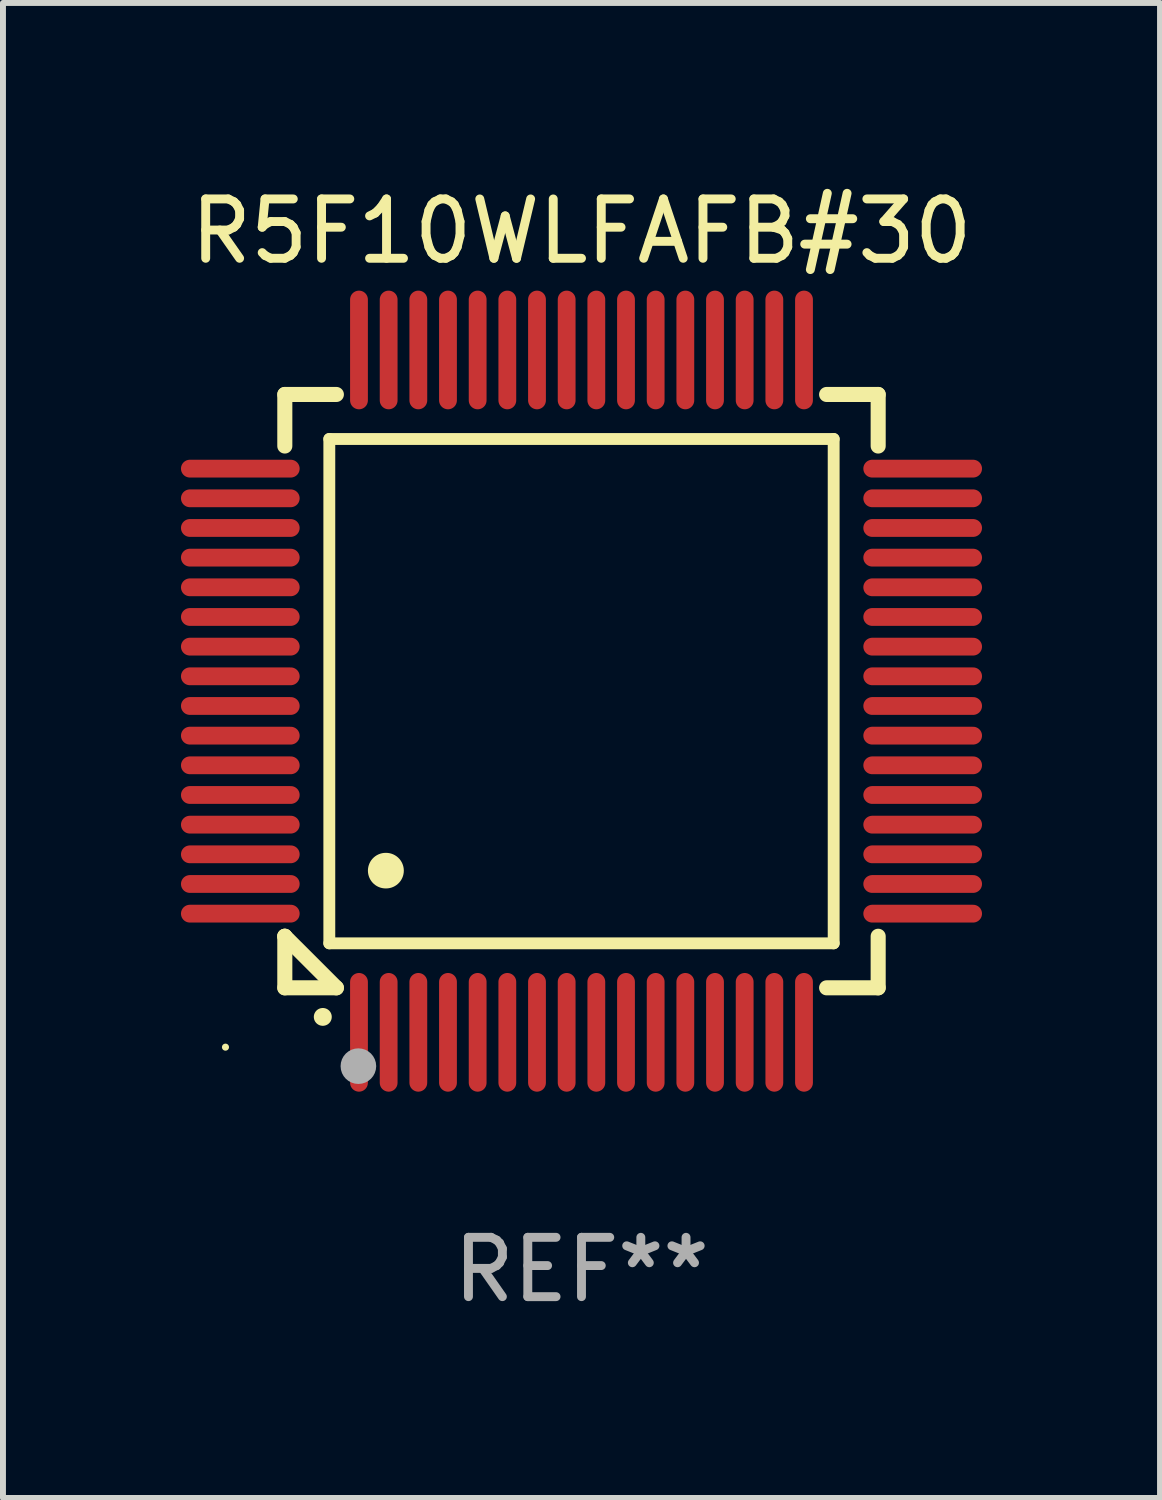
<source format=kicad_pcb>
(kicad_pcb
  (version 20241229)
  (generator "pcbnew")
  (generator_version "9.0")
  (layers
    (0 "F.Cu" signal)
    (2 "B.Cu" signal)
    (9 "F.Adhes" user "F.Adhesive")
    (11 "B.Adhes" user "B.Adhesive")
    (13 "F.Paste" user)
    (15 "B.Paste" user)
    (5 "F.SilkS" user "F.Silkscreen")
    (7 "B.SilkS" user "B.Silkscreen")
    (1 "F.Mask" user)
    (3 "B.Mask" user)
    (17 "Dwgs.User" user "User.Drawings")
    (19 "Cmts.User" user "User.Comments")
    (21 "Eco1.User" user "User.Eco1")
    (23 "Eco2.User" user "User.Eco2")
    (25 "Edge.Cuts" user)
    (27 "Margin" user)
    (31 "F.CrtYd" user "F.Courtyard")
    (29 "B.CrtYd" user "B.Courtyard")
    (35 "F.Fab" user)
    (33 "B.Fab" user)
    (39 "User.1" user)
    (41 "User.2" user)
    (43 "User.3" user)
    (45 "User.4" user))
  (footprint "R5F10WLFAFB#30"
    (layer "F.Cu")
    (at 6.75 8.598)
    (property "Reference" "R5F10WLFAFB#30" (at 0 -7.75 0) (layer "F.SilkS") (effects (font (size 1 1) (thickness 0.15))))
    (attr through_hole)
    (fp_line (start -5 -5) (end -4.131 -5) (stroke (width 0.254) (type solid)) (layer "F.SilkS"))
    (fp_line (start -5 -4.131) (end -5 -5) (stroke (width 0.254) (type solid)) (layer "F.SilkS"))
    (fp_line (start -5 4.131) (end -5 4.131) (stroke (width 0.254) (type solid)) (layer "F.SilkS"))
    (fp_line (start -5 5) (end -5 4.131) (stroke (width 0.254) (type solid)) (layer "F.SilkS"))
    (fp_line (start -5 4.131) (end -4.131 5) (stroke (width 0.254) (type solid)) (layer "F.SilkS"))
    (fp_line (start -4.25 -4.25) (end -4.25 4.25) (stroke (width 0.2) (type solid)) (layer "F.SilkS"))
    (fp_line (start -4.25 4.25) (end 4.25 4.25) (stroke (width 0.2) (type solid)) (layer "F.SilkS"))
    (fp_line (start -4.131 5) (end -5 5) (stroke (width 0.254) (type solid)) (layer "F.SilkS"))
    (fp_line (start 4.25 -4.25) (end -4.25 -4.25) (stroke (width 0.2) (type solid)) (layer "F.SilkS"))
    (fp_line (start 4.25 4.25) (end 4.25 -4.25) (stroke (width 0.2) (type solid)) (layer "F.SilkS"))
    (fp_line (start 5 -5) (end 4.131 -5) (stroke (width 0.254) (type solid)) (layer "F.SilkS"))
    (fp_line (start 5 -5) (end 5 -4.131) (stroke (width 0.254) (type solid)) (layer "F.SilkS"))
    (fp_line (start 5 4.131) (end 5 5) (stroke (width 0.254) (type solid)) (layer "F.SilkS"))
    (fp_line (start 5 5) (end 4.131 5) (stroke (width 0.254) (type solid)) (layer "F.SilkS"))
    (fp_arc (start -4.361265 5.489992) (mid -4.359995 5.489987) (end -4.358725 5.489992) (stroke (width 0.3) (type solid)) (layer "F.SilkS"))
    (fp_arc (start -3.299467 3.025146) (mid -3.296927 3.025135) (end -3.294387 3.025146) (stroke (width 0.6) (type solid)) (layer "F.SilkS"))
    (fp_circle (center -6 6) (end -5.97 6) (stroke (width 0.06) (type solid)) (fill no) (layer "F.SilkS"))
    (fp_circle (center -3.76 6.32) (end -3.61 6.32) (stroke (width 0.3) (type solid)) (fill no) (layer "F.Fab"))
    (fp_text user "REF**" (at 0 9.75 0) (layer "F.Fab") (effects (font (size 1 1) (thickness 0.15))))
    (pad "1" smd oval (at -3.75 5.75) (size 0.3 2) (layers "F.Cu" "F.Mask" "F.Paste"))
    (pad "2" smd oval (at -3.25 5.75) (size 0.3 2) (layers "F.Cu" "F.Mask" "F.Paste"))
    (pad "3" smd oval (at -2.75 5.75) (size 0.3 2) (layers "F.Cu" "F.Mask" "F.Paste"))
    (pad "4" smd oval (at -2.25 5.75) (size 0.3 2) (layers "F.Cu" "F.Mask" "F.Paste"))
    (pad "5" smd oval (at -1.75 5.75) (size 0.3 2) (layers "F.Cu" "F.Mask" "F.Paste"))
    (pad "6" smd oval (at -1.25 5.75) (size 0.3 2) (layers "F.Cu" "F.Mask" "F.Paste"))
    (pad "7" smd oval (at -0.75 5.75) (size 0.3 2) (layers "F.Cu" "F.Mask" "F.Paste"))
    (pad "8" smd oval (at -0.25 5.75) (size 0.3 2) (layers "F.Cu" "F.Mask" "F.Paste"))
    (pad "9" smd oval (at 0.25 5.75) (size 0.3 2) (layers "F.Cu" "F.Mask" "F.Paste"))
    (pad "10" smd oval (at 0.75 5.75) (size 0.3 2) (layers "F.Cu" "F.Mask" "F.Paste"))
    (pad "11" smd oval (at 1.25 5.75) (size 0.3 2) (layers "F.Cu" "F.Mask" "F.Paste"))
    (pad "12" smd oval (at 1.75 5.75) (size 0.3 2) (layers "F.Cu" "F.Mask" "F.Paste"))
    (pad "13" smd oval (at 2.25 5.75) (size 0.3 2) (layers "F.Cu" "F.Mask" "F.Paste"))
    (pad "14" smd oval (at 2.75 5.75) (size 0.3 2) (layers "F.Cu" "F.Mask" "F.Paste"))
    (pad "15" smd oval (at 3.25 5.75) (size 0.3 2) (layers "F.Cu" "F.Mask" "F.Paste"))
    (pad "16" smd oval (at 3.75 5.75) (size 0.3 2) (layers "F.Cu" "F.Mask" "F.Paste"))
    (pad "17" smd oval (at 5.75 3.75) (size 2 0.3) (layers "F.Cu" "F.Mask" "F.Paste"))
    (pad "18" smd oval (at 5.75 3.25) (size 2 0.3) (layers "F.Cu" "F.Mask" "F.Paste"))
    (pad "19" smd oval (at 5.75 2.75) (size 2 0.3) (layers "F.Cu" "F.Mask" "F.Paste"))
    (pad "20" smd oval (at 5.75 2.25) (size 2 0.3) (layers "F.Cu" "F.Mask" "F.Paste"))
    (pad "21" smd oval (at 5.75 1.75) (size 2 0.3) (layers "F.Cu" "F.Mask" "F.Paste"))
    (pad "22" smd oval (at 5.75 1.25) (size 2 0.3) (layers "F.Cu" "F.Mask" "F.Paste"))
    (pad "23" smd oval (at 5.75 0.75) (size 2 0.3) (layers "F.Cu" "F.Mask" "F.Paste"))
    (pad "24" smd oval (at 5.75 0.25) (size 2 0.3) (layers "F.Cu" "F.Mask" "F.Paste"))
    (pad "25" smd oval (at 5.75 -0.25) (size 2 0.3) (layers "F.Cu" "F.Mask" "F.Paste"))
    (pad "26" smd oval (at 5.75 -0.75) (size 2 0.3) (layers "F.Cu" "F.Mask" "F.Paste"))
    (pad "27" smd oval (at 5.75 -1.25) (size 2 0.3) (layers "F.Cu" "F.Mask" "F.Paste"))
    (pad "28" smd oval (at 5.75 -1.75) (size 2 0.3) (layers "F.Cu" "F.Mask" "F.Paste"))
    (pad "29" smd oval (at 5.75 -2.25) (size 2 0.3) (layers "F.Cu" "F.Mask" "F.Paste"))
    (pad "30" smd oval (at 5.75 -2.75) (size 2 0.3) (layers "F.Cu" "F.Mask" "F.Paste"))
    (pad "31" smd oval (at 5.75 -3.25) (size 2 0.3) (layers "F.Cu" "F.Mask" "F.Paste"))
    (pad "32" smd oval (at 5.75 -3.75) (size 2 0.3) (layers "F.Cu" "F.Mask" "F.Paste"))
    (pad "33" smd oval (at 3.75 -5.75) (size 0.3 2) (layers "F.Cu" "F.Mask" "F.Paste"))
    (pad "34" smd oval (at 3.25 -5.75) (size 0.3 2) (layers "F.Cu" "F.Mask" "F.Paste"))
    (pad "35" smd oval (at 2.75 -5.75) (size 0.3 2) (layers "F.Cu" "F.Mask" "F.Paste"))
    (pad "36" smd oval (at 2.25 -5.75) (size 0.3 2) (layers "F.Cu" "F.Mask" "F.Paste"))
    (pad "37" smd oval (at 1.75 -5.75) (size 0.3 2) (layers "F.Cu" "F.Mask" "F.Paste"))
    (pad "38" smd oval (at 1.25 -5.75) (size 0.3 2) (layers "F.Cu" "F.Mask" "F.Paste"))
    (pad "39" smd oval (at 0.75 -5.75) (size 0.3 2) (layers "F.Cu" "F.Mask" "F.Paste"))
    (pad "40" smd oval (at 0.25 -5.75) (size 0.3 2) (layers "F.Cu" "F.Mask" "F.Paste"))
    (pad "41" smd oval (at -0.25 -5.75) (size 0.3 2) (layers "F.Cu" "F.Mask" "F.Paste"))
    (pad "42" smd oval (at -0.75 -5.75) (size 0.3 2) (layers "F.Cu" "F.Mask" "F.Paste"))
    (pad "43" smd oval (at -1.25 -5.75) (size 0.3 2) (layers "F.Cu" "F.Mask" "F.Paste"))
    (pad "44" smd oval (at -1.75 -5.75) (size 0.3 2) (layers "F.Cu" "F.Mask" "F.Paste"))
    (pad "45" smd oval (at -2.25 -5.75) (size 0.3 2) (layers "F.Cu" "F.Mask" "F.Paste"))
    (pad "46" smd oval (at -2.75 -5.75) (size 0.3 2) (layers "F.Cu" "F.Mask" "F.Paste"))
    (pad "47" smd oval (at -3.25 -5.75) (size 0.3 2) (layers "F.Cu" "F.Mask" "F.Paste"))
    (pad "48" smd oval (at -3.75 -5.75) (size 0.3 2) (layers "F.Cu" "F.Mask" "F.Paste"))
    (pad "49" smd oval (at -5.75 -3.75) (size 2 0.3) (layers "F.Cu" "F.Mask" "F.Paste"))
    (pad "50" smd oval (at -5.75 -3.25) (size 2 0.3) (layers "F.Cu" "F.Mask" "F.Paste"))
    (pad "51" smd oval (at -5.75 -2.75) (size 2 0.3) (layers "F.Cu" "F.Mask" "F.Paste"))
    (pad "52" smd oval (at -5.75 -2.25) (size 2 0.3) (layers "F.Cu" "F.Mask" "F.Paste"))
    (pad "53" smd oval (at -5.75 -1.75) (size 2 0.3) (layers "F.Cu" "F.Mask" "F.Paste"))
    (pad "54" smd oval (at -5.75 -1.25) (size 2 0.3) (layers "F.Cu" "F.Mask" "F.Paste"))
    (pad "55" smd oval (at -5.75 -0.75) (size 2 0.3) (layers "F.Cu" "F.Mask" "F.Paste"))
    (pad "56" smd oval (at -5.75 -0.25) (size 2 0.3) (layers "F.Cu" "F.Mask" "F.Paste"))
    (pad "57" smd oval (at -5.75 0.25) (size 2 0.3) (layers "F.Cu" "F.Mask" "F.Paste"))
    (pad "58" smd oval (at -5.75 0.75) (size 2 0.3) (layers "F.Cu" "F.Mask" "F.Paste"))
    (pad "59" smd oval (at -5.75 1.25) (size 2 0.3) (layers "F.Cu" "F.Mask" "F.Paste"))
    (pad "60" smd oval (at -5.75 1.75) (size 2 0.3) (layers "F.Cu" "F.Mask" "F.Paste"))
    (pad "61" smd oval (at -5.75 2.25) (size 2 0.3) (layers "F.Cu" "F.Mask" "F.Paste"))
    (pad "62" smd oval (at -5.75 2.75) (size 2 0.3) (layers "F.Cu" "F.Mask" "F.Paste"))
    (pad "63" smd oval (at -5.75 3.25) (size 2 0.3) (layers "F.Cu" "F.Mask" "F.Paste"))
    (pad "64" smd oval (at -5.75 3.75) (size 2 0.3) (layers "F.Cu" "F.Mask" "F.Paste")))
  (gr_rect
    (start -3 -3)
    (end 16.5 22.196)
    (stroke (width 0.1) (type default))
    (fill no)
    (layer "Edge.Cuts")))
</source>
